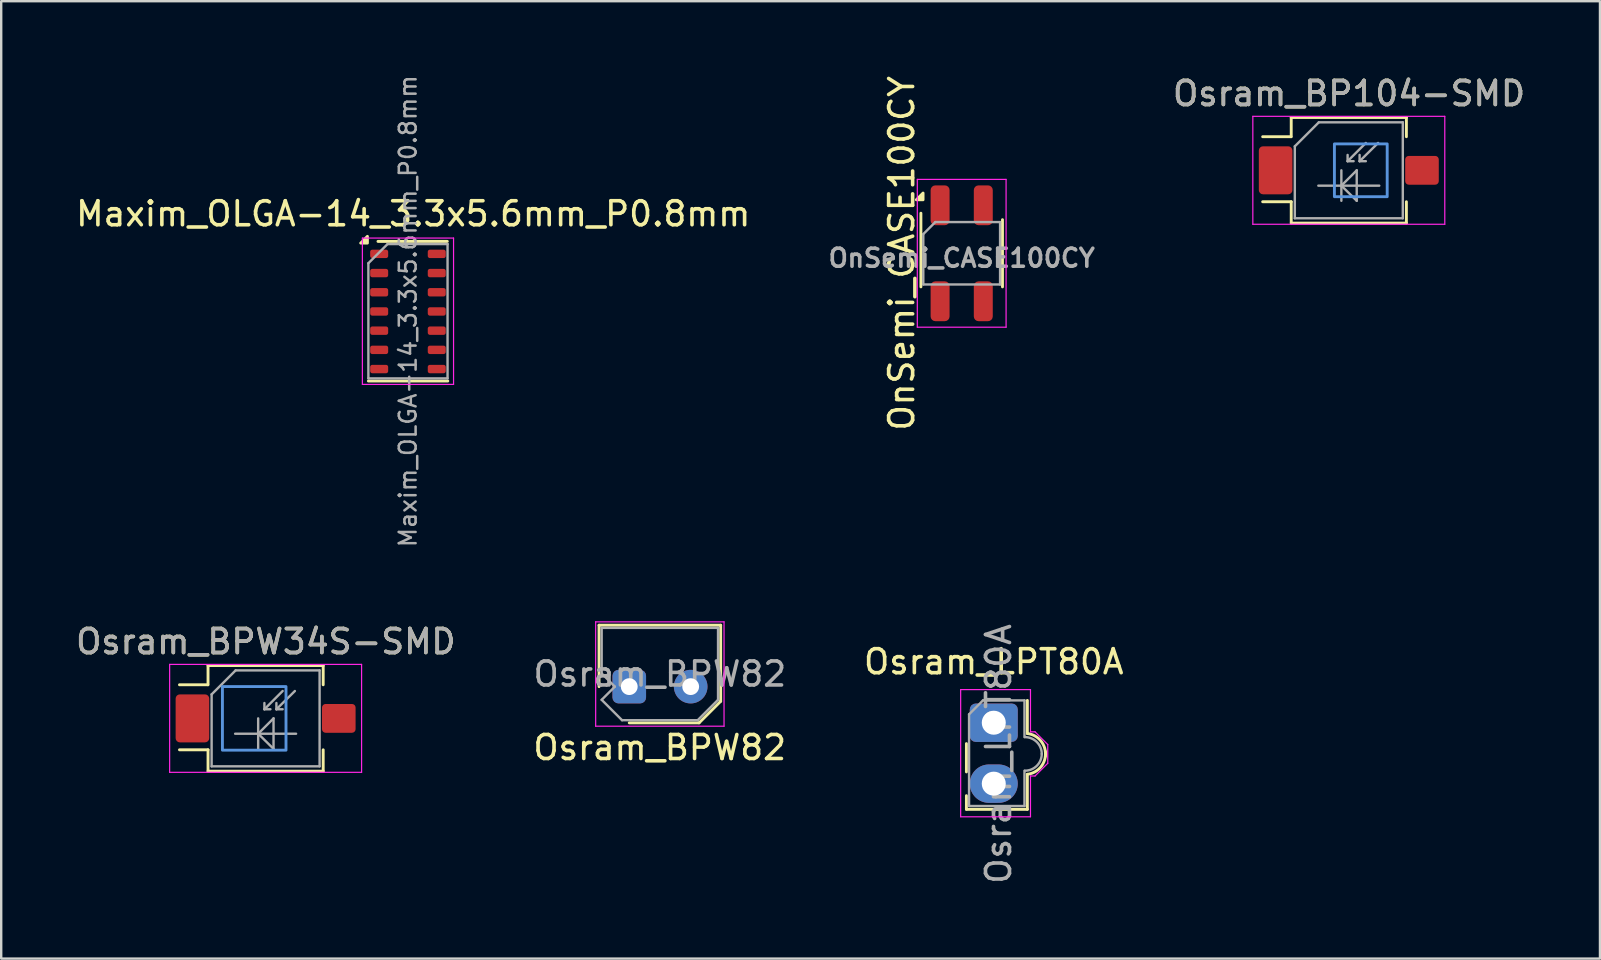
<source format=kicad_pcb>
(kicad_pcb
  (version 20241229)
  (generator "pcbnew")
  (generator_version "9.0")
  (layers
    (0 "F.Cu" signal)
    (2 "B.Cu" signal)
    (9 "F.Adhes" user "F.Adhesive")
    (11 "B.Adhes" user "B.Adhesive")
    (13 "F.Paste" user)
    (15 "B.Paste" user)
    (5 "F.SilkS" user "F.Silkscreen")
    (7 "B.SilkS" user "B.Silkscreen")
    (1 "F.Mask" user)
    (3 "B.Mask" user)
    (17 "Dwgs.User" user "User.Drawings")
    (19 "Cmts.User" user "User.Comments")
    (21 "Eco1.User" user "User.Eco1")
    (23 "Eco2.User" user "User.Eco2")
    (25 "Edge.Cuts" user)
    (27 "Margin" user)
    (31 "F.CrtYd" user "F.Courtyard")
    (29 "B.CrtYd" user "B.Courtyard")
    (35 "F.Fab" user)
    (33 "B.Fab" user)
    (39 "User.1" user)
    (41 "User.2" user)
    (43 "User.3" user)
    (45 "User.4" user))
  (footprint "OnSemi_CASE100CY"
    (layer "F.Cu")
    (at 37.031 7.506)
    (property "Reference" "OnSemi_CASE100CY" (at -2.5 0 90) (layer "F.SilkS") (effects (font (size 1 1) (thickness 0.15))))
    (attr smd)
    (fp_line (start -1.7 1.4) (end -1.7 -1.67) (stroke (width 0.12) (type solid)) (layer "F.SilkS"))
    (fp_line (start 1.7 1.4) (end 1.7 -1.4) (stroke (width 0.12) (type solid)) (layer "F.SilkS"))
    (fp_poly (pts (xy -1.61 -2.23) (xy -1.89 -2.23) (xy -1.61 -2.51) (xy -1.61 -2.23)) (stroke (width 0.12) (type solid)) (fill yes) (layer "F.SilkS"))
    (fp_line (start -1.85 -3.08) (end -1.85 3.08) (stroke (width 0.05) (type solid)) (layer "F.CrtYd"))
    (fp_line (start -1.85 -3.08) (end 1.85 -3.08) (stroke (width 0.05) (type solid)) (layer "F.CrtYd"))
    (fp_line (start 1.85 3.08) (end -1.85 3.08) (stroke (width 0.05) (type solid)) (layer "F.CrtYd"))
    (fp_line (start 1.85 3.08) (end 1.85 -3.08) (stroke (width 0.05) (type solid)) (layer "F.CrtYd"))
    (fp_line (start -1.6 -0.8) (end -1.1 -1.3) (stroke (width 0.1) (type solid)) (layer "F.Fab"))
    (fp_line (start -1.6 1.3) (end -1.6 -0.8) (stroke (width 0.1) (type solid)) (layer "F.Fab"))
    (fp_line (start -1.1 -1.3) (end 1.6 -1.3) (stroke (width 0.1) (type solid)) (layer "F.Fab"))
    (fp_line (start 1.6 -1.3) (end 1.6 1.3) (stroke (width 0.1) (type solid)) (layer "F.Fab"))
    (fp_line (start 1.6 1.3) (end -1.6 1.3) (stroke (width 0.1) (type solid)) (layer "F.Fab"))
    (fp_text user "${REFERENCE}" (at 0 0.2 0) (layer "F.Fab") (effects (font (size 0.75 0.75) (thickness 0.15))))
    (pad "1" smd roundrect (at -0.9 -2) (size 0.79 1.66) (layers "F.Cu" "F.Mask" "F.Paste") (roundrect_rratio 0.25))
    (pad "2" smd roundrect (at -0.9 2) (size 0.79 1.66) (layers "F.Cu" "F.Mask" "F.Paste") (roundrect_rratio 0.25))
    (pad "3" smd roundrect (at 0.9 2) (size 0.79 1.66) (layers "F.Cu" "F.Mask" "F.Paste") (roundrect_rratio 0.25))
    (pad "4" smd roundrect (at 0.9 -2) (size 0.79 1.66) (layers "F.Cu" "F.Mask" "F.Paste") (roundrect_rratio 0.25)))
  (footprint "Osram_BP104-SMD"
    (layer "F.Cu")
    (at 53.165 4.048)
    (property "Reference" "Osram_BP104-SMD" (at 0.01 -3.2 0) (layer "F.SilkS") (effects (font (size 1 1) (thickness 0.15))))
    (attr smd)
    (fp_line (start -3.59 1.31) (end -2.4 1.31) (stroke (width 0.12) (type solid)) (layer "F.SilkS"))
    (fp_line (start -2.41 -1.4) (end -3.59 -1.4) (stroke (width 0.12) (type solid)) (layer "F.SilkS"))
    (fp_line (start -2.4 -2.2) (end -2.4 -1.4) (stroke (width 0.12) (type solid)) (layer "F.SilkS"))
    (fp_line (start -2.4 1.31) (end -2.4 2.2) (stroke (width 0.12) (type solid)) (layer "F.SilkS"))
    (fp_line (start -2.4 2.2) (end 2.4 2.2) (stroke (width 0.12) (type solid)) (layer "F.SilkS"))
    (fp_line (start 2.4 -2.2) (end -2.4 -2.2) (stroke (width 0.12) (type solid)) (layer "F.SilkS"))
    (fp_line (start 2.4 -1.4) (end 2.4 -2.2) (stroke (width 0.12) (type solid)) (layer "F.SilkS"))
    (fp_line (start 2.4 2.2) (end 2.4 1.31) (stroke (width 0.12) (type solid)) (layer "F.SilkS"))
    (fp_rect (start -0.6 -1.1) (end 1.6 1.1) (stroke (width 0.12) (type solid)) (fill no) (layer "Cmts.User"))
    (fp_line (start -4 -2.25) (end -4 2.25) (stroke (width 0.05) (type solid)) (layer "F.CrtYd"))
    (fp_line (start -4 -2.25) (end 4 -2.25) (stroke (width 0.05) (type solid)) (layer "F.CrtYd"))
    (fp_line (start 4 2.25) (end -4 2.25) (stroke (width 0.05) (type solid)) (layer "F.CrtYd"))
    (fp_line (start 4 2.25) (end 4 -2.25) (stroke (width 0.05) (type solid)) (layer "F.CrtYd"))
    (fp_line (start -2.25 -1) (end -2.25 2) (stroke (width 0.1) (type solid)) (layer "F.Fab"))
    (fp_line (start -2.25 -1) (end -1.25 -2) (stroke (width 0.1) (type solid)) (layer "F.Fab"))
    (fp_line (start -1.27 0.64) (end 1.27 0.64) (stroke (width 0.1) (type solid)) (layer "F.Fab"))
    (fp_line (start -1.25 -2) (end 2.25 -2) (stroke (width 0.1) (type solid)) (layer "F.Fab"))
    (fp_line (start -0.31 0) (end -0.31 1.27) (stroke (width 0.1) (type solid)) (layer "F.Fab"))
    (fp_line (start -0.31 0.64) (end 0.33 0) (stroke (width 0.1) (type solid)) (layer "F.Fab"))
    (fp_line (start -0.05 -0.38) (end -0.05 -0.64) (stroke (width 0.1) (type solid)) (layer "F.Fab"))
    (fp_line (start -0.05 -0.38) (end 0.2 -0.38) (stroke (width 0.1) (type solid)) (layer "F.Fab"))
    (fp_line (start 0.33 0) (end 0.33 1.27) (stroke (width 0.1) (type solid)) (layer "F.Fab"))
    (fp_line (start 0.33 1.27) (end -0.31 0.64) (stroke (width 0.1) (type solid)) (layer "F.Fab"))
    (fp_line (start 0.45 -0.38) (end 0.45 -0.64) (stroke (width 0.1) (type solid)) (layer "F.Fab"))
    (fp_line (start 0.45 -0.38) (end 0.71 -0.38) (stroke (width 0.1) (type solid)) (layer "F.Fab"))
    (fp_line (start 0.71 -1.14) (end -0.05 -0.38) (stroke (width 0.1) (type solid)) (layer "F.Fab"))
    (fp_line (start 1.22 -1.14) (end 0.45 -0.38) (stroke (width 0.1) (type solid)) (layer "F.Fab"))
    (fp_line (start 2.25 -2) (end 2.25 2) (stroke (width 0.1) (type solid)) (layer "F.Fab"))
    (fp_line (start 2.25 2) (end -2.25 2) (stroke (width 0.1) (type solid)) (layer "F.Fab"))
    (fp_text user "${REFERENCE}" (at 0.01 -3.2 0) (layer "F.Fab") (effects (font (size 1 1) (thickness 0.15))))
    (pad "" smd roundrect (at -3.05 0 180) (size 1.3 1.9) (layers "F.Paste") (roundrect_rratio 0.125))
    (pad "" smd roundrect (at -3.05 0 180) (size 1.5 2.1) (layers "F.Mask") (roundrect_rratio 0.125))
    (pad "" smd roundrect (at 3.05 0 180) (size 1.3 1.1) (layers "F.Paste") (roundrect_rratio 0.125))
    (pad "" smd roundrect (at 3.05 0 180) (size 1.5 1.3) (layers "F.Mask") (roundrect_rratio 0.125))
    (pad "1" smd roundrect (at -3.05 0 180) (size 1.4 2) (layers "F.Cu" "F.Mask") (roundrect_rratio 0.125))
    (pad "2" smd roundrect (at 3.05 0 180) (size 1.4 1.2) (layers "F.Cu" "F.Mask") (roundrect_rratio 0.125)))
  (footprint "Osram_BPW82"
    (layer "F.Cu")
    (at 23.176 25.567)
    (property "Reference" "Osram_BPW82" (at 1.27 2.54 0) (layer "F.SilkS") (effects (font (size 1 1) (thickness 0.15))))
    (attr through_hole)
    (fp_line (start -1.26 -2.56) (end -1.26 0) (stroke (width 0.12) (type solid)) (layer "F.SilkS"))
    (fp_line (start -1.26 -2.56) (end 3.81 -2.56) (stroke (width 0.12) (type solid)) (layer "F.SilkS"))
    (fp_line (start 0 1.51) (end 2.91 1.51) (stroke (width 0.12) (type solid)) (layer "F.SilkS"))
    (fp_line (start 3.81 -2.56) (end 3.81 0.61) (stroke (width 0.12) (type solid)) (layer "F.SilkS"))
    (fp_line (start 3.81 0.61) (end 2.91 1.51) (stroke (width 0.12) (type solid)) (layer "F.SilkS"))
    (fp_line (start -1.4 -2.7) (end -1.4 1.65) (stroke (width 0.05) (type solid)) (layer "F.CrtYd"))
    (fp_line (start -1.4 -2.7) (end 3.95 -2.7) (stroke (width 0.05) (type solid)) (layer "F.CrtYd"))
    (fp_line (start 3.95 1.65) (end -1.4 1.65) (stroke (width 0.05) (type solid)) (layer "F.CrtYd"))
    (fp_line (start 3.95 1.65) (end 3.95 -2.7) (stroke (width 0.05) (type solid)) (layer "F.CrtYd"))
    (fp_line (start -1.15 -2.45) (end 3.7 -2.45) (stroke (width 0.1) (type solid)) (layer "F.Fab"))
    (fp_line (start -1.15 -0.55) (end -1.15 -2.45) (stroke (width 0.1) (type solid)) (layer "F.Fab"))
    (fp_line (start -1.15 -0.55) (end -0.6 0) (stroke (width 0.1) (type solid)) (layer "F.Fab"))
    (fp_line (start -1.15 0.55) (end -0.6 0) (stroke (width 0.1) (type solid)) (layer "F.Fab"))
    (fp_line (start -0.3 1.4) (end -1.15 0.55) (stroke (width 0.1) (type solid)) (layer "F.Fab"))
    (fp_line (start 2.85 1.4) (end -0.3 1.4) (stroke (width 0.1) (type solid)) (layer "F.Fab"))
    (fp_line (start 3.7 -2.45) (end 3.7 0.55) (stroke (width 0.1) (type solid)) (layer "F.Fab"))
    (fp_line (start 3.7 0.55) (end 2.85 1.4) (stroke (width 0.1) (type solid)) (layer "F.Fab"))
    (fp_text user "${REFERENCE}" (at 1.275 -0.525 0) (layer "F.Fab") (effects (font (size 1 1) (thickness 0.15))))
    (pad "1" thru_hole roundrect (at 0 0) (size 1.4 1.4) (drill 0.7) (layers "*.Cu" "*.Mask") (roundrect_rratio 0.178))
    (pad "2" thru_hole circle (at 2.56 0) (size 1.4 1.4) (drill 0.7) (layers "*.Cu" "*.Mask")))
  (footprint "Maxim_OLGA-14_3.3x5.6mm_P0.8mm"
    (layer "F.Cu")
    (at 13.953 9.931)
    (property "Reference" "Maxim_OLGA-14_3.3x5.6mm_P0.8mm" (at 0.22 -4.07 0) (layer "F.SilkS") (effects (font (size 1 1) (thickness 0.15))))
    (attr smd)
    (fp_line (start -1.25 -2.92) (end 1.64 -2.92) (stroke (width 0.12) (type solid)) (layer "F.SilkS"))
    (fp_line (start 1.66 2.9) (end -1.65 2.9) (stroke (width 0.12) (type solid)) (layer "F.SilkS"))
    (fp_poly (pts (xy -1.69 -2.85) (xy -1.97 -2.85) (xy -1.69 -3.13) (xy -1.69 -2.85)) (stroke (width 0.12) (type solid)) (fill yes) (layer "F.SilkS"))
    (fp_line (start -1.9 -3.06) (end -1.9 3.04) (stroke (width 0.05) (type solid)) (layer "F.CrtYd"))
    (fp_line (start -1.9 -3.06) (end 1.9 -3.06) (stroke (width 0.05) (type solid)) (layer "F.CrtYd"))
    (fp_line (start 1.9 3.04) (end -1.9 3.04) (stroke (width 0.05) (type solid)) (layer "F.CrtYd"))
    (fp_line (start 1.9 3.04) (end 1.9 -3.06) (stroke (width 0.05) (type solid)) (layer "F.CrtYd"))
    (fp_line (start -1.65 -2.01) (end -0.85 -2.81) (stroke (width 0.1) (type solid)) (layer "F.Fab"))
    (fp_line (start -1.65 2.79) (end -1.65 -2.01) (stroke (width 0.1) (type solid)) (layer "F.Fab"))
    (fp_line (start -1.65 2.79) (end 1.65 2.79) (stroke (width 0.1) (type solid)) (layer "F.Fab"))
    (fp_line (start -0.85 -2.81) (end 1.65 -2.81) (stroke (width 0.1) (type solid)) (layer "F.Fab"))
    (fp_line (start 1.65 2.79) (end 1.65 -2.81) (stroke (width 0.1) (type solid)) (layer "F.Fab"))
    (fp_text user "${REFERENCE}" (at 0 -0.01 90) (layer "F.Fab") (effects (font (size 0.7 0.7) (thickness 0.105))))
    (pad "1" smd roundrect (at -1.2 -2.4) (size 0.75 0.35) (layers "F.Cu" "F.Mask" "F.Paste") (roundrect_rratio 0.25))
    (pad "2" smd roundrect (at -1.2 -1.6) (size 0.75 0.35) (layers "F.Cu" "F.Mask" "F.Paste") (roundrect_rratio 0.25))
    (pad "3" smd roundrect (at -1.2 -0.8) (size 0.75 0.35) (layers "F.Cu" "F.Mask" "F.Paste") (roundrect_rratio 0.25))
    (pad "4" smd roundrect (at -1.2 0) (size 0.75 0.35) (layers "F.Cu" "F.Mask" "F.Paste") (roundrect_rratio 0.25))
    (pad "5" smd roundrect (at -1.2 0.8) (size 0.75 0.35) (layers "F.Cu" "F.Mask" "F.Paste") (roundrect_rratio 0.25))
    (pad "6" smd roundrect (at -1.2 1.6) (size 0.75 0.35) (layers "F.Cu" "F.Mask" "F.Paste") (roundrect_rratio 0.25))
    (pad "7" smd roundrect (at -1.2 2.4) (size 0.75 0.35) (layers "F.Cu" "F.Mask" "F.Paste") (roundrect_rratio 0.25))
    (pad "8" smd roundrect (at 1.2 2.4) (size 0.75 0.35) (layers "F.Cu" "F.Mask" "F.Paste") (roundrect_rratio 0.25))
    (pad "9" smd roundrect (at 1.2 1.6) (size 0.75 0.35) (layers "F.Cu" "F.Mask" "F.Paste") (roundrect_rratio 0.25))
    (pad "10" smd roundrect (at 1.2 0.8) (size 0.75 0.35) (layers "F.Cu" "F.Mask" "F.Paste") (roundrect_rratio 0.25))
    (pad "11" smd roundrect (at 1.2 0) (size 0.75 0.35) (layers "F.Cu" "F.Mask" "F.Paste") (roundrect_rratio 0.25))
    (pad "12" smd roundrect (at 1.2 -0.8) (size 0.75 0.35) (layers "F.Cu" "F.Mask" "F.Paste") (roundrect_rratio 0.25))
    (pad "13" smd roundrect (at 1.2 -1.6) (size 0.75 0.35) (layers "F.Cu" "F.Mask" "F.Paste") (roundrect_rratio 0.25))
    (pad "14" smd roundrect (at 1.2 -2.4) (size 0.75 0.35) (layers "F.Cu" "F.Mask" "F.Paste") (roundrect_rratio 0.25)))
  (footprint "Osram_BPW34S-SMD"
    (layer "F.Cu")
    (at 8.02 26.89)
    (property "Reference" "Osram_BPW34S-SMD" (at 0.01 -3.2 0) (layer "F.SilkS") (effects (font (size 1 1) (thickness 0.15))))
    (attr smd)
    (fp_line (start -3.59 1.31) (end -2.4 1.31) (stroke (width 0.12) (type solid)) (layer "F.SilkS"))
    (fp_line (start -2.41 -1.4) (end -3.59 -1.4) (stroke (width 0.12) (type solid)) (layer "F.SilkS"))
    (fp_line (start -2.4 -2.2) (end -2.4 -1.4) (stroke (width 0.12) (type solid)) (layer "F.SilkS"))
    (fp_line (start -2.4 1.31) (end -2.4 2.2) (stroke (width 0.12) (type solid)) (layer "F.SilkS"))
    (fp_line (start -2.4 2.2) (end 2.4 2.2) (stroke (width 0.12) (type solid)) (layer "F.SilkS"))
    (fp_line (start 2.4 -2.2) (end -2.4 -2.2) (stroke (width 0.12) (type solid)) (layer "F.SilkS"))
    (fp_line (start 2.4 -1.4) (end 2.4 -2.2) (stroke (width 0.12) (type solid)) (layer "F.SilkS"))
    (fp_line (start 2.4 2.2) (end 2.4 1.31) (stroke (width 0.12) (type solid)) (layer "F.SilkS"))
    (fp_rect (start -1.8 -1.325) (end 0.85 1.325) (stroke (width 0.12) (type solid)) (fill no) (layer "Cmts.User"))
    (fp_line (start -4 -2.25) (end -4 2.25) (stroke (width 0.05) (type solid)) (layer "F.CrtYd"))
    (fp_line (start -4 -2.25) (end 4 -2.25) (stroke (width 0.05) (type solid)) (layer "F.CrtYd"))
    (fp_line (start 4 2.25) (end -4 2.25) (stroke (width 0.05) (type solid)) (layer "F.CrtYd"))
    (fp_line (start 4 2.25) (end 4 -2.25) (stroke (width 0.05) (type solid)) (layer "F.CrtYd"))
    (fp_line (start -2.25 -1) (end -2.25 2) (stroke (width 0.1) (type solid)) (layer "F.Fab"))
    (fp_line (start -2.25 -1) (end -1.25 -2) (stroke (width 0.1) (type solid)) (layer "F.Fab"))
    (fp_line (start -1.27 0.64) (end 1.27 0.64) (stroke (width 0.1) (type solid)) (layer "F.Fab"))
    (fp_line (start -1.25 -2) (end 2.25 -2) (stroke (width 0.1) (type solid)) (layer "F.Fab"))
    (fp_line (start -0.31 0) (end -0.31 1.27) (stroke (width 0.1) (type solid)) (layer "F.Fab"))
    (fp_line (start -0.31 0.64) (end 0.33 0) (stroke (width 0.1) (type solid)) (layer "F.Fab"))
    (fp_line (start -0.05 -0.38) (end -0.05 -0.64) (stroke (width 0.1) (type solid)) (layer "F.Fab"))
    (fp_line (start -0.05 -0.38) (end 0.2 -0.38) (stroke (width 0.1) (type solid)) (layer "F.Fab"))
    (fp_line (start 0.33 0) (end 0.33 1.27) (stroke (width 0.1) (type solid)) (layer "F.Fab"))
    (fp_line (start 0.33 1.27) (end -0.31 0.64) (stroke (width 0.1) (type solid)) (layer "F.Fab"))
    (fp_line (start 0.45 -0.38) (end 0.45 -0.64) (stroke (width 0.1) (type solid)) (layer "F.Fab"))
    (fp_line (start 0.45 -0.38) (end 0.71 -0.38) (stroke (width 0.1) (type solid)) (layer "F.Fab"))
    (fp_line (start 0.71 -1.14) (end -0.05 -0.38) (stroke (width 0.1) (type solid)) (layer "F.Fab"))
    (fp_line (start 1.22 -1.14) (end 0.45 -0.38) (stroke (width 0.1) (type solid)) (layer "F.Fab"))
    (fp_line (start 2.25 -2) (end 2.25 2) (stroke (width 0.1) (type solid)) (layer "F.Fab"))
    (fp_line (start 2.25 2) (end -2.25 2) (stroke (width 0.1) (type solid)) (layer "F.Fab"))
    (fp_text user "${REFERENCE}" (at 0.01 -3.2 0) (layer "F.Fab") (effects (font (size 1 1) (thickness 0.15))))
    (pad "" smd roundrect (at -3.05 0 180) (size 1.3 1.9) (layers "F.Paste") (roundrect_rratio 0.125))
    (pad "" smd roundrect (at -3.05 0 180) (size 1.5 2.1) (layers "F.Mask") (roundrect_rratio 0.125))
    (pad "" smd roundrect (at 3.05 0 180) (size 1.3 1.1) (layers "F.Paste") (roundrect_rratio 0.125))
    (pad "" smd roundrect (at 3.05 0 180) (size 1.5 1.3) (layers "F.Mask") (roundrect_rratio 0.125))
    (pad "1" smd roundrect (at -3.05 0 180) (size 1.4 2) (layers "F.Cu" "F.Mask") (roundrect_rratio 0.125))
    (pad "2" smd roundrect (at 3.05 0 180) (size 1.4 1.2) (layers "F.Cu" "F.Mask") (roundrect_rratio 0.125)))
  (footprint "Osram_LPT80A"
    (layer "F.Cu")
    (at 38.368 27.071)
    (property "Reference" "Osram_LPT80A" (at 0 -2.54 0) (layer "F.SilkS") (effects (font (size 1 1) (thickness 0.15))))
    (attr through_hole)
    (fp_line (start -1.14 2.05) (end -1.14 0.87) (stroke (width 0.12) (type solid)) (layer "F.SilkS"))
    (fp_line (start -1.14 3.61) (end -1.14 3.04) (stroke (width 0.12) (type solid)) (layer "F.SilkS"))
    (fp_line (start 1.4 -0.93) (end 1.4 0.45) (stroke (width 0.12) (type solid)) (layer "F.SilkS"))
    (fp_line (start 1.4 2.15) (end 1.4 3.61) (stroke (width 0.12) (type solid)) (layer "F.SilkS"))
    (fp_line (start 1.4 3.61) (end -1.14 3.61) (stroke (width 0.12) (type solid)) (layer "F.SilkS"))
    (fp_arc (start 1.4 0.45) (mid 1.971751 0.76967) (end 2.15 1.4) (stroke (width 0.12) (type solid)) (layer "F.SilkS"))
    (fp_arc (start 2.15 1.2) (mid 1.971751 1.83033) (end 1.4 2.15) (stroke (width 0.12) (type solid)) (layer "F.SilkS"))
    (fp_line (start -1.38 -1.38) (end 1.53 -1.38) (stroke (width 0.05) (type solid)) (layer "F.CrtYd"))
    (fp_line (start -1.38 3.92) (end -1.38 -1.38) (stroke (width 0.05) (type solid)) (layer "F.CrtYd"))
    (fp_line (start 1.53 -1.38) (end 1.53 0.38) (stroke (width 0.05) (type solid)) (layer "F.CrtYd"))
    (fp_line (start 1.53 0.38) (end 1.72 0.38) (stroke (width 0.05) (type solid)) (layer "F.CrtYd"))
    (fp_line (start 1.53 2.22) (end 1.53 3.92) (stroke (width 0.05) (type solid)) (layer "F.CrtYd"))
    (fp_line (start 1.53 2.22) (end 1.72 2.22) (stroke (width 0.05) (type solid)) (layer "F.CrtYd"))
    (fp_line (start 1.53 3.92) (end -1.38 3.92) (stroke (width 0.05) (type solid)) (layer "F.CrtYd"))
    (fp_line (start 1.72 2.22) (end 2.25 1.69) (stroke (width 0.05) (type solid)) (layer "F.CrtYd"))
    (fp_line (start 2.25 0.91) (end 1.72 0.38) (stroke (width 0.05) (type solid)) (layer "F.CrtYd"))
    (fp_line (start 2.25 1.69) (end 2.25 0.91) (stroke (width 0.05) (type solid)) (layer "F.CrtYd"))
    (fp_line (start -1.03 3.47) (end -1.03 -0.35) (stroke (width 0.1) (type solid)) (layer "F.Fab"))
    (fp_line (start -0.45 -0.93) (end -1.03 -0.35) (stroke (width 0.1) (type solid)) (layer "F.Fab"))
    (fp_line (start -0.45 -0.93) (end 1.28 -0.93) (stroke (width 0.1) (type solid)) (layer "F.Fab"))
    (fp_line (start 1.28 -0.93) (end 1.28 0.6) (stroke (width 0.1) (type solid)) (layer "F.Fab"))
    (fp_line (start 1.28 3.47) (end -1.03 3.47) (stroke (width 0.1) (type solid)) (layer "F.Fab"))
    (fp_line (start 1.28 3.47) (end 1.28 2) (stroke (width 0.1) (type solid)) (layer "F.Fab"))
    (fp_arc (start 1.3 0.6) (mid 1.794975 0.805025) (end 2 1.3) (stroke (width 0.1) (type solid)) (layer "F.Fab"))
    (fp_arc (start 2 1.3) (mid 1.794975 1.794975) (end 1.3 2) (stroke (width 0.1) (type solid)) (layer "F.Fab"))
    (fp_text user "${REFERENCE}" (at 0.2 1.3 90) (layer "F.Fab") (effects (font (size 1 1) (thickness 0.15))))
    (pad "1" thru_hole roundrect (at 0 0) (size 2 1.6) (drill 1) (layers "*.Cu" "*.Mask") (roundrect_rratio 0.156))
    (pad "2" thru_hole oval (at 0 2.54) (size 2 1.6) (drill 1) (layers "*.Cu" "*.Mask")))
  (gr_rect
    (start -3 -3)
    (end 63.633 36.901)
    (stroke (width 0.1) (type default))
    (fill no)
    (layer "Edge.Cuts")))
</source>
